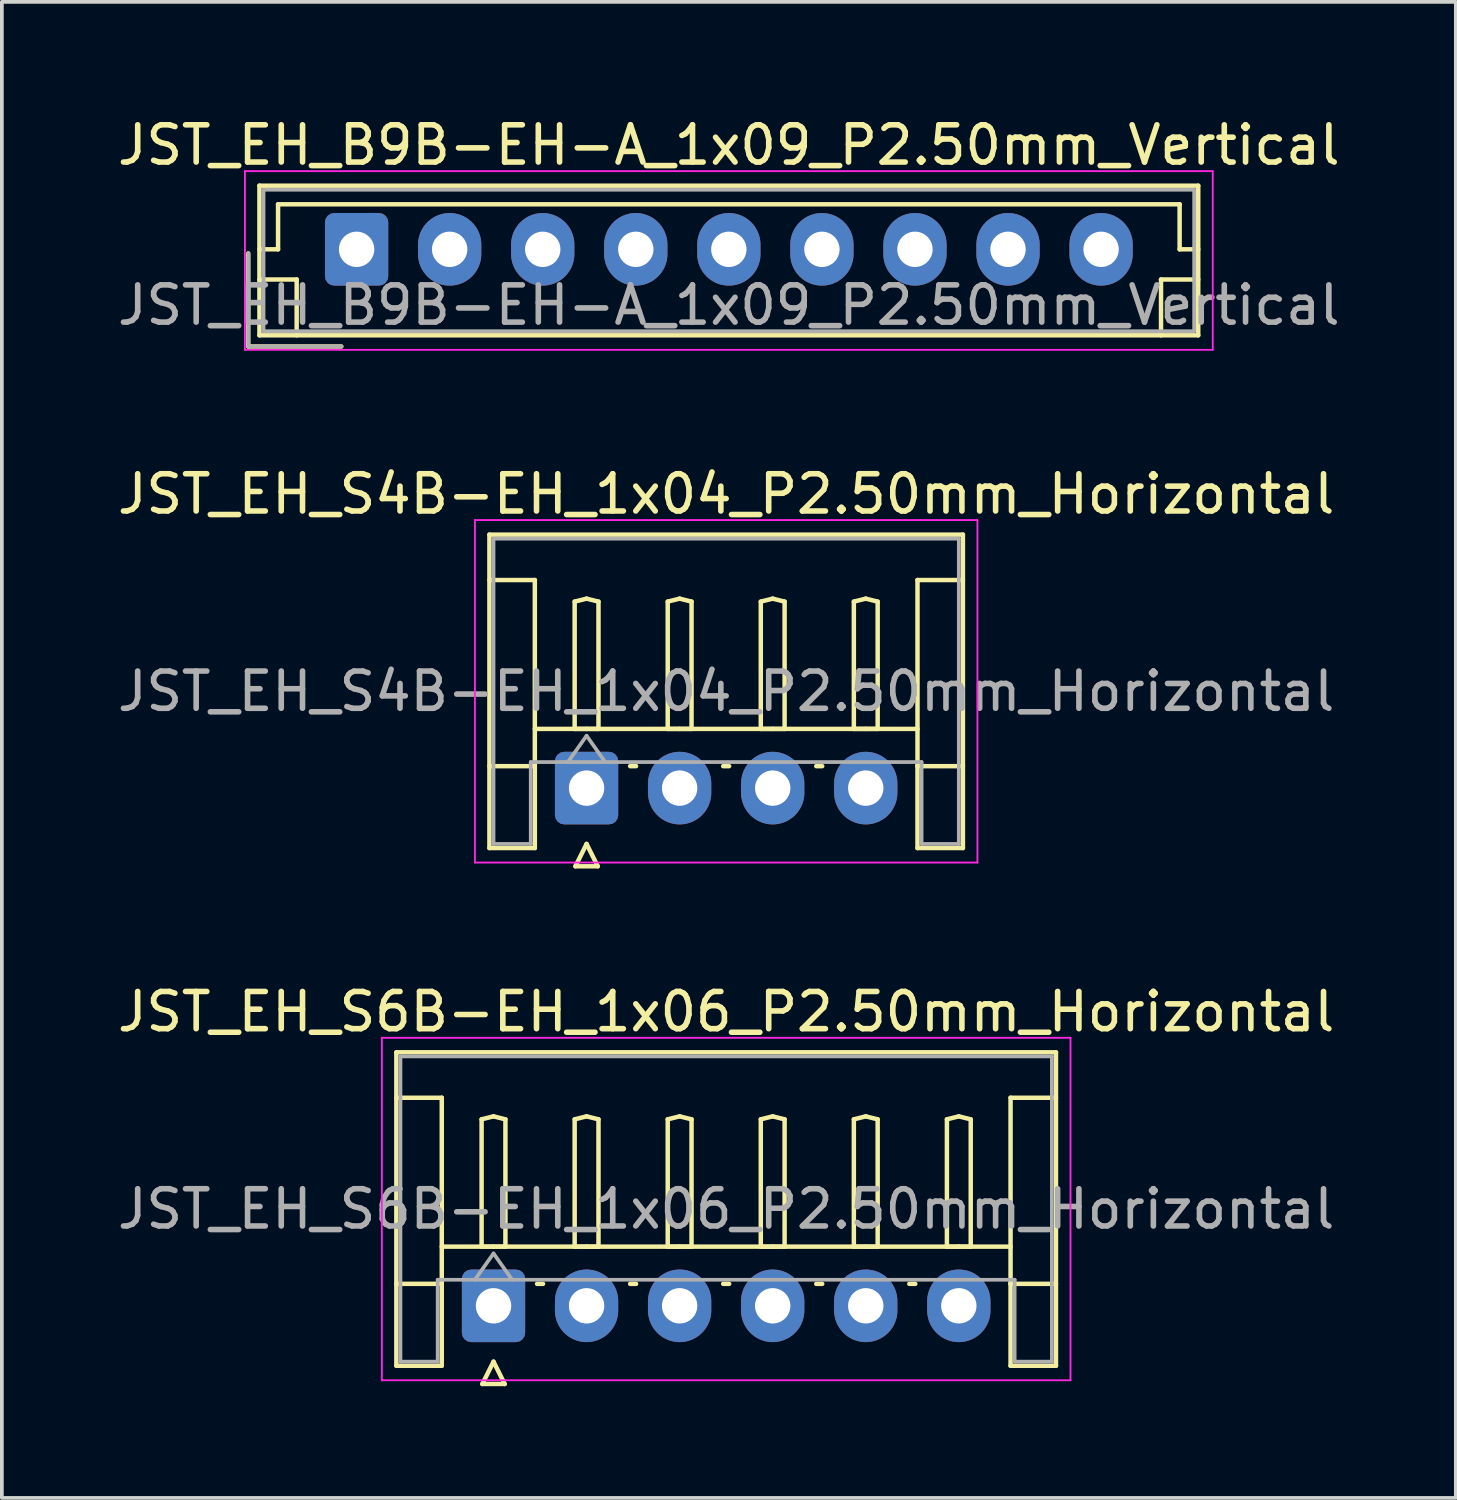
<source format=kicad_pcb>
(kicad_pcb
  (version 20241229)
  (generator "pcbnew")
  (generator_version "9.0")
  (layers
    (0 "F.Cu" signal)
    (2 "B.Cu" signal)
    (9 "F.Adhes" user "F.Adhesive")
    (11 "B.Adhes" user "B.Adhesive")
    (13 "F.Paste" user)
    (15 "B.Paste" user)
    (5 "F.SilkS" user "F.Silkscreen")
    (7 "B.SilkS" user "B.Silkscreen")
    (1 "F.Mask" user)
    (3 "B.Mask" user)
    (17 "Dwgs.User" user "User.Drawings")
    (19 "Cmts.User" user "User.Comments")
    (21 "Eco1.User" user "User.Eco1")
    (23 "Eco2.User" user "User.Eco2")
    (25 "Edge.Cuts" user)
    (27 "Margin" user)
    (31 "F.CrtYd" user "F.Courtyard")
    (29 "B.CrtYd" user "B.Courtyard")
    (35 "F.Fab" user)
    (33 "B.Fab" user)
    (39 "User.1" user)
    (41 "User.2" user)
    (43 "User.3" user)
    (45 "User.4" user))
  (footprint "JST_EH_B9B-EH-A_1x09_P2.50mm_Vertical"
    (layer "F.Cu")
    (at 6.53 3.648)
    (property "Reference" "JST_EH_B9B-EH-A_1x09_P2.50mm_Vertical" (at 10 -2.8 0) (layer "F.SilkS") (effects (font (size 1 1) (thickness 0.15))))
    (attr through_hole)
    (fp_line (start -2.91 0.11) (end -2.91 2.61) (stroke (width 0.12) (type solid)) (layer "F.SilkS"))
    (fp_line (start -2.91 2.61) (end -0.41 2.61) (stroke (width 0.12) (type solid)) (layer "F.SilkS"))
    (fp_line (start -2.61 -1.71) (end -2.61 2.31) (stroke (width 0.12) (type solid)) (layer "F.SilkS"))
    (fp_line (start -2.61 0) (end -2.11 0) (stroke (width 0.12) (type solid)) (layer "F.SilkS"))
    (fp_line (start -2.61 0.81) (end -1.61 0.81) (stroke (width 0.12) (type solid)) (layer "F.SilkS"))
    (fp_line (start -2.61 2.31) (end 22.61 2.31) (stroke (width 0.12) (type solid)) (layer "F.SilkS"))
    (fp_line (start -2.11 -1.21) (end 22.11 -1.21) (stroke (width 0.12) (type solid)) (layer "F.SilkS"))
    (fp_line (start -2.11 0) (end -2.11 -1.21) (stroke (width 0.12) (type solid)) (layer "F.SilkS"))
    (fp_line (start -1.61 0.81) (end -1.61 2.31) (stroke (width 0.12) (type solid)) (layer "F.SilkS"))
    (fp_line (start 21.61 0.81) (end 21.61 2.31) (stroke (width 0.12) (type solid)) (layer "F.SilkS"))
    (fp_line (start 22.11 -1.21) (end 22.11 0) (stroke (width 0.12) (type solid)) (layer "F.SilkS"))
    (fp_line (start 22.11 0) (end 22.61 0) (stroke (width 0.12) (type solid)) (layer "F.SilkS"))
    (fp_line (start 22.61 -1.71) (end -2.61 -1.71) (stroke (width 0.12) (type solid)) (layer "F.SilkS"))
    (fp_line (start 22.61 0.81) (end 21.61 0.81) (stroke (width 0.12) (type solid)) (layer "F.SilkS"))
    (fp_line (start 22.61 2.31) (end 22.61 -1.71) (stroke (width 0.12) (type solid)) (layer "F.SilkS"))
    (fp_line (start -3 -2.1) (end -3 2.7) (stroke (width 0.05) (type solid)) (layer "F.CrtYd"))
    (fp_line (start -3 2.7) (end 23 2.7) (stroke (width 0.05) (type solid)) (layer "F.CrtYd"))
    (fp_line (start 23 -2.1) (end -3 -2.1) (stroke (width 0.05) (type solid)) (layer "F.CrtYd"))
    (fp_line (start 23 2.7) (end 23 -2.1) (stroke (width 0.05) (type solid)) (layer "F.CrtYd"))
    (fp_line (start -2.91 0.11) (end -2.91 2.61) (stroke (width 0.1) (type solid)) (layer "F.Fab"))
    (fp_line (start -2.91 2.61) (end -0.41 2.61) (stroke (width 0.1) (type solid)) (layer "F.Fab"))
    (fp_line (start -2.5 -1.6) (end -2.5 2.2) (stroke (width 0.1) (type solid)) (layer "F.Fab"))
    (fp_line (start -2.5 2.2) (end 22.5 2.2) (stroke (width 0.1) (type solid)) (layer "F.Fab"))
    (fp_line (start 22.5 -1.6) (end -2.5 -1.6) (stroke (width 0.1) (type solid)) (layer "F.Fab"))
    (fp_line (start 22.5 2.2) (end 22.5 -1.6) (stroke (width 0.1) (type solid)) (layer "F.Fab"))
    (fp_text user "${REFERENCE}" (at 10 1.5 0) (layer "F.Fab") (effects (font (size 1 1) (thickness 0.15))))
    (pad "1" thru_hole roundrect (at 0 0) (size 1.7 1.95) (drill 0.95) (layers "*.Cu" "*.Mask") (roundrect_rratio 0.147))
    (pad "2" thru_hole oval (at 2.5 0) (size 1.7 1.95) (drill 0.95) (layers "*.Cu" "*.Mask"))
    (pad "3" thru_hole oval (at 5 0) (size 1.7 1.95) (drill 0.95) (layers "*.Cu" "*.Mask"))
    (pad "4" thru_hole oval (at 7.5 0) (size 1.7 1.95) (drill 0.95) (layers "*.Cu" "*.Mask"))
    (pad "5" thru_hole oval (at 10 0) (size 1.7 1.95) (drill 0.95) (layers "*.Cu" "*.Mask"))
    (pad "6" thru_hole oval (at 12.5 0) (size 1.7 1.95) (drill 0.95) (layers "*.Cu" "*.Mask"))
    (pad "7" thru_hole oval (at 15 0) (size 1.7 1.95) (drill 0.95) (layers "*.Cu" "*.Mask"))
    (pad "8" thru_hole oval (at 17.5 0) (size 1.7 1.95) (drill 0.95) (layers "*.Cu" "*.Mask"))
    (pad "9" thru_hole oval (at 20 0) (size 1.7 1.95) (drill 0.95) (layers "*.Cu" "*.Mask")))
  (footprint "JST_EH_S6B-EH_1x06_P2.50mm_Horizontal"
    (layer "F.Cu")
    (at 10.208 32.03)
    (property "Reference" "JST_EH_S6B-EH_1x06_P2.50mm_Horizontal" (at 6.25 -7.9 0) (layer "F.SilkS") (effects (font (size 1 1) (thickness 0.15))))
    (attr through_hole)
    (fp_line (start -2.61 -6.81) (end 15.11 -6.81) (stroke (width 0.12) (type solid)) (layer "F.SilkS"))
    (fp_line (start -2.61 -5.59) (end -1.39 -5.59) (stroke (width 0.12) (type solid)) (layer "F.SilkS"))
    (fp_line (start -2.61 1.61) (end -2.61 -6.81) (stroke (width 0.12) (type solid)) (layer "F.SilkS"))
    (fp_line (start -1.39 -5.59) (end -1.39 -0.59) (stroke (width 0.12) (type solid)) (layer "F.SilkS"))
    (fp_line (start -1.39 -1.59) (end 13.89 -1.59) (stroke (width 0.12) (type solid)) (layer "F.SilkS"))
    (fp_line (start -1.39 -0.59) (end -2.61 -0.59) (stroke (width 0.12) (type solid)) (layer "F.SilkS"))
    (fp_line (start -1.39 -0.59) (end -1.39 1.61) (stroke (width 0.12) (type solid)) (layer "F.SilkS"))
    (fp_line (start -1.39 1.61) (end -2.61 1.61) (stroke (width 0.12) (type solid)) (layer "F.SilkS"))
    (fp_line (start -0.32 -5.01) (end 0 -5.09) (stroke (width 0.12) (type solid)) (layer "F.SilkS"))
    (fp_line (start -0.32 -1.59) (end -0.32 -5.01) (stroke (width 0.12) (type solid)) (layer "F.SilkS"))
    (fp_line (start -0.3 2.1) (end 0.3 2.1) (stroke (width 0.12) (type solid)) (layer "F.SilkS"))
    (fp_line (start 0 -5.09) (end 0.32 -5.01) (stroke (width 0.12) (type solid)) (layer "F.SilkS"))
    (fp_line (start 0 -1.59) (end -0.32 -1.59) (stroke (width 0.12) (type solid)) (layer "F.SilkS"))
    (fp_line (start 0 1.5) (end -0.3 2.1) (stroke (width 0.12) (type solid)) (layer "F.SilkS"))
    (fp_line (start 0.3 2.1) (end 0 1.5) (stroke (width 0.12) (type solid)) (layer "F.SilkS"))
    (fp_line (start 0.32 -5.01) (end 0.32 -1.59) (stroke (width 0.12) (type solid)) (layer "F.SilkS"))
    (fp_line (start 0.32 -1.59) (end 0 -1.59) (stroke (width 0.12) (type solid)) (layer "F.SilkS"))
    (fp_line (start 1.17 -0.59) (end 1.33 -0.59) (stroke (width 0.12) (type solid)) (layer "F.SilkS"))
    (fp_line (start 2.18 -5.01) (end 2.5 -5.09) (stroke (width 0.12) (type solid)) (layer "F.SilkS"))
    (fp_line (start 2.18 -1.59) (end 2.18 -5.01) (stroke (width 0.12) (type solid)) (layer "F.SilkS"))
    (fp_line (start 2.5 -5.09) (end 2.82 -5.01) (stroke (width 0.12) (type solid)) (layer "F.SilkS"))
    (fp_line (start 2.5 -1.59) (end 2.18 -1.59) (stroke (width 0.12) (type solid)) (layer "F.SilkS"))
    (fp_line (start 2.82 -5.01) (end 2.82 -1.59) (stroke (width 0.12) (type solid)) (layer "F.SilkS"))
    (fp_line (start 2.82 -1.59) (end 2.5 -1.59) (stroke (width 0.12) (type solid)) (layer "F.SilkS"))
    (fp_line (start 3.67 -0.59) (end 3.83 -0.59) (stroke (width 0.12) (type solid)) (layer "F.SilkS"))
    (fp_line (start 4.68 -5.01) (end 5 -5.09) (stroke (width 0.12) (type solid)) (layer "F.SilkS"))
    (fp_line (start 4.68 -1.59) (end 4.68 -5.01) (stroke (width 0.12) (type solid)) (layer "F.SilkS"))
    (fp_line (start 5 -5.09) (end 5.32 -5.01) (stroke (width 0.12) (type solid)) (layer "F.SilkS"))
    (fp_line (start 5 -1.59) (end 4.68 -1.59) (stroke (width 0.12) (type solid)) (layer "F.SilkS"))
    (fp_line (start 5.32 -5.01) (end 5.32 -1.59) (stroke (width 0.12) (type solid)) (layer "F.SilkS"))
    (fp_line (start 5.32 -1.59) (end 5 -1.59) (stroke (width 0.12) (type solid)) (layer "F.SilkS"))
    (fp_line (start 6.17 -0.59) (end 6.33 -0.59) (stroke (width 0.12) (type solid)) (layer "F.SilkS"))
    (fp_line (start 7.18 -5.01) (end 7.5 -5.09) (stroke (width 0.12) (type solid)) (layer "F.SilkS"))
    (fp_line (start 7.18 -1.59) (end 7.18 -5.01) (stroke (width 0.12) (type solid)) (layer "F.SilkS"))
    (fp_line (start 7.5 -5.09) (end 7.82 -5.01) (stroke (width 0.12) (type solid)) (layer "F.SilkS"))
    (fp_line (start 7.5 -1.59) (end 7.18 -1.59) (stroke (width 0.12) (type solid)) (layer "F.SilkS"))
    (fp_line (start 7.82 -5.01) (end 7.82 -1.59) (stroke (width 0.12) (type solid)) (layer "F.SilkS"))
    (fp_line (start 7.82 -1.59) (end 7.5 -1.59) (stroke (width 0.12) (type solid)) (layer "F.SilkS"))
    (fp_line (start 8.67 -0.59) (end 8.83 -0.59) (stroke (width 0.12) (type solid)) (layer "F.SilkS"))
    (fp_line (start 9.68 -5.01) (end 10 -5.09) (stroke (width 0.12) (type solid)) (layer "F.SilkS"))
    (fp_line (start 9.68 -1.59) (end 9.68 -5.01) (stroke (width 0.12) (type solid)) (layer "F.SilkS"))
    (fp_line (start 10 -5.09) (end 10.32 -5.01) (stroke (width 0.12) (type solid)) (layer "F.SilkS"))
    (fp_line (start 10 -1.59) (end 9.68 -1.59) (stroke (width 0.12) (type solid)) (layer "F.SilkS"))
    (fp_line (start 10.32 -5.01) (end 10.32 -1.59) (stroke (width 0.12) (type solid)) (layer "F.SilkS"))
    (fp_line (start 10.32 -1.59) (end 10 -1.59) (stroke (width 0.12) (type solid)) (layer "F.SilkS"))
    (fp_line (start 11.17 -0.59) (end 11.33 -0.59) (stroke (width 0.12) (type solid)) (layer "F.SilkS"))
    (fp_line (start 12.18 -5.01) (end 12.5 -5.09) (stroke (width 0.12) (type solid)) (layer "F.SilkS"))
    (fp_line (start 12.18 -1.59) (end 12.18 -5.01) (stroke (width 0.12) (type solid)) (layer "F.SilkS"))
    (fp_line (start 12.5 -5.09) (end 12.82 -5.01) (stroke (width 0.12) (type solid)) (layer "F.SilkS"))
    (fp_line (start 12.5 -1.59) (end 12.18 -1.59) (stroke (width 0.12) (type solid)) (layer "F.SilkS"))
    (fp_line (start 12.82 -5.01) (end 12.82 -1.59) (stroke (width 0.12) (type solid)) (layer "F.SilkS"))
    (fp_line (start 12.82 -1.59) (end 12.5 -1.59) (stroke (width 0.12) (type solid)) (layer "F.SilkS"))
    (fp_line (start 13.89 -5.59) (end 13.89 -0.59) (stroke (width 0.12) (type solid)) (layer "F.SilkS"))
    (fp_line (start 13.89 -0.59) (end 15.11 -0.59) (stroke (width 0.12) (type solid)) (layer "F.SilkS"))
    (fp_line (start 13.89 1.61) (end 13.89 -0.59) (stroke (width 0.12) (type solid)) (layer "F.SilkS"))
    (fp_line (start 15.11 -6.81) (end 15.11 1.61) (stroke (width 0.12) (type solid)) (layer "F.SilkS"))
    (fp_line (start 15.11 -5.59) (end 13.89 -5.59) (stroke (width 0.12) (type solid)) (layer "F.SilkS"))
    (fp_line (start 15.11 1.61) (end 13.89 1.61) (stroke (width 0.12) (type solid)) (layer "F.SilkS"))
    (fp_line (start -3 -7.2) (end -3 2) (stroke (width 0.05) (type solid)) (layer "F.CrtYd"))
    (fp_line (start -3 2) (end 15.5 2) (stroke (width 0.05) (type solid)) (layer "F.CrtYd"))
    (fp_line (start 15.5 -7.2) (end -3 -7.2) (stroke (width 0.05) (type solid)) (layer "F.CrtYd"))
    (fp_line (start 15.5 2) (end 15.5 -7.2) (stroke (width 0.05) (type solid)) (layer "F.CrtYd"))
    (fp_line (start -2.5 -6.7) (end 15 -6.7) (stroke (width 0.1) (type solid)) (layer "F.Fab"))
    (fp_line (start -2.5 1.5) (end -2.5 -6.7) (stroke (width 0.1) (type solid)) (layer "F.Fab"))
    (fp_line (start -1.5 -0.7) (end -1.5 1.5) (stroke (width 0.1) (type solid)) (layer "F.Fab"))
    (fp_line (start -1.5 1.5) (end -2.5 1.5) (stroke (width 0.1) (type solid)) (layer "F.Fab"))
    (fp_line (start -0.5 -0.7) (end 0 -1.407) (stroke (width 0.1) (type solid)) (layer "F.Fab"))
    (fp_line (start 0 -1.407) (end 0.5 -0.7) (stroke (width 0.1) (type solid)) (layer "F.Fab"))
    (fp_line (start 14 -0.7) (end -1.5 -0.7) (stroke (width 0.1) (type solid)) (layer "F.Fab"))
    (fp_line (start 14 1.5) (end 14 -0.7) (stroke (width 0.1) (type solid)) (layer "F.Fab"))
    (fp_line (start 15 -6.7) (end 15 1.5) (stroke (width 0.1) (type solid)) (layer "F.Fab"))
    (fp_line (start 15 1.5) (end 14 1.5) (stroke (width 0.1) (type solid)) (layer "F.Fab"))
    (fp_text user "${REFERENCE}" (at 6.25 -2.6 0) (layer "F.Fab") (effects (font (size 1 1) (thickness 0.15))))
    (pad "1" thru_hole roundrect (at 0 0) (size 1.7 1.95) (drill 0.95) (layers "*.Cu" "*.Mask") (roundrect_rratio 0.147))
    (pad "2" thru_hole oval (at 2.5 0) (size 1.7 1.95) (drill 0.95) (layers "*.Cu" "*.Mask"))
    (pad "3" thru_hole oval (at 5 0) (size 1.7 1.95) (drill 0.95) (layers "*.Cu" "*.Mask"))
    (pad "4" thru_hole oval (at 7.5 0) (size 1.7 1.95) (drill 0.95) (layers "*.Cu" "*.Mask"))
    (pad "5" thru_hole oval (at 10 0) (size 1.7 1.95) (drill 0.95) (layers "*.Cu" "*.Mask"))
    (pad "6" thru_hole oval (at 12.5 0) (size 1.7 1.95) (drill 0.95) (layers "*.Cu" "*.Mask")))
  (footprint "JST_EH_S4B-EH_1x04_P2.50mm_Horizontal"
    (layer "F.Cu")
    (at 12.708 18.122)
    (property "Reference" "JST_EH_S4B-EH_1x04_P2.50mm_Horizontal" (at 3.75 -7.9 0) (layer "F.SilkS") (effects (font (size 1 1) (thickness 0.15))))
    (attr through_hole)
    (fp_line (start -2.61 -6.81) (end 10.11 -6.81) (stroke (width 0.12) (type solid)) (layer "F.SilkS"))
    (fp_line (start -2.61 -5.59) (end -1.39 -5.59) (stroke (width 0.12) (type solid)) (layer "F.SilkS"))
    (fp_line (start -2.61 1.61) (end -2.61 -6.81) (stroke (width 0.12) (type solid)) (layer "F.SilkS"))
    (fp_line (start -1.39 -5.59) (end -1.39 -0.59) (stroke (width 0.12) (type solid)) (layer "F.SilkS"))
    (fp_line (start -1.39 -1.59) (end 8.89 -1.59) (stroke (width 0.12) (type solid)) (layer "F.SilkS"))
    (fp_line (start -1.39 -0.59) (end -2.61 -0.59) (stroke (width 0.12) (type solid)) (layer "F.SilkS"))
    (fp_line (start -1.39 -0.59) (end -1.39 1.61) (stroke (width 0.12) (type solid)) (layer "F.SilkS"))
    (fp_line (start -1.39 1.61) (end -2.61 1.61) (stroke (width 0.12) (type solid)) (layer "F.SilkS"))
    (fp_line (start -0.32 -5.01) (end 0 -5.09) (stroke (width 0.12) (type solid)) (layer "F.SilkS"))
    (fp_line (start -0.32 -1.59) (end -0.32 -5.01) (stroke (width 0.12) (type solid)) (layer "F.SilkS"))
    (fp_line (start -0.3 2.1) (end 0.3 2.1) (stroke (width 0.12) (type solid)) (layer "F.SilkS"))
    (fp_line (start 0 -5.09) (end 0.32 -5.01) (stroke (width 0.12) (type solid)) (layer "F.SilkS"))
    (fp_line (start 0 -1.59) (end -0.32 -1.59) (stroke (width 0.12) (type solid)) (layer "F.SilkS"))
    (fp_line (start 0 1.5) (end -0.3 2.1) (stroke (width 0.12) (type solid)) (layer "F.SilkS"))
    (fp_line (start 0.3 2.1) (end 0 1.5) (stroke (width 0.12) (type solid)) (layer "F.SilkS"))
    (fp_line (start 0.32 -5.01) (end 0.32 -1.59) (stroke (width 0.12) (type solid)) (layer "F.SilkS"))
    (fp_line (start 0.32 -1.59) (end 0 -1.59) (stroke (width 0.12) (type solid)) (layer "F.SilkS"))
    (fp_line (start 1.17 -0.59) (end 1.33 -0.59) (stroke (width 0.12) (type solid)) (layer "F.SilkS"))
    (fp_line (start 2.18 -5.01) (end 2.5 -5.09) (stroke (width 0.12) (type solid)) (layer "F.SilkS"))
    (fp_line (start 2.18 -1.59) (end 2.18 -5.01) (stroke (width 0.12) (type solid)) (layer "F.SilkS"))
    (fp_line (start 2.5 -5.09) (end 2.82 -5.01) (stroke (width 0.12) (type solid)) (layer "F.SilkS"))
    (fp_line (start 2.5 -1.59) (end 2.18 -1.59) (stroke (width 0.12) (type solid)) (layer "F.SilkS"))
    (fp_line (start 2.82 -5.01) (end 2.82 -1.59) (stroke (width 0.12) (type solid)) (layer "F.SilkS"))
    (fp_line (start 2.82 -1.59) (end 2.5 -1.59) (stroke (width 0.12) (type solid)) (layer "F.SilkS"))
    (fp_line (start 3.67 -0.59) (end 3.83 -0.59) (stroke (width 0.12) (type solid)) (layer "F.SilkS"))
    (fp_line (start 4.68 -5.01) (end 5 -5.09) (stroke (width 0.12) (type solid)) (layer "F.SilkS"))
    (fp_line (start 4.68 -1.59) (end 4.68 -5.01) (stroke (width 0.12) (type solid)) (layer "F.SilkS"))
    (fp_line (start 5 -5.09) (end 5.32 -5.01) (stroke (width 0.12) (type solid)) (layer "F.SilkS"))
    (fp_line (start 5 -1.59) (end 4.68 -1.59) (stroke (width 0.12) (type solid)) (layer "F.SilkS"))
    (fp_line (start 5.32 -5.01) (end 5.32 -1.59) (stroke (width 0.12) (type solid)) (layer "F.SilkS"))
    (fp_line (start 5.32 -1.59) (end 5 -1.59) (stroke (width 0.12) (type solid)) (layer "F.SilkS"))
    (fp_line (start 6.17 -0.59) (end 6.33 -0.59) (stroke (width 0.12) (type solid)) (layer "F.SilkS"))
    (fp_line (start 7.18 -5.01) (end 7.5 -5.09) (stroke (width 0.12) (type solid)) (layer "F.SilkS"))
    (fp_line (start 7.18 -1.59) (end 7.18 -5.01) (stroke (width 0.12) (type solid)) (layer "F.SilkS"))
    (fp_line (start 7.5 -5.09) (end 7.82 -5.01) (stroke (width 0.12) (type solid)) (layer "F.SilkS"))
    (fp_line (start 7.5 -1.59) (end 7.18 -1.59) (stroke (width 0.12) (type solid)) (layer "F.SilkS"))
    (fp_line (start 7.82 -5.01) (end 7.82 -1.59) (stroke (width 0.12) (type solid)) (layer "F.SilkS"))
    (fp_line (start 7.82 -1.59) (end 7.5 -1.59) (stroke (width 0.12) (type solid)) (layer "F.SilkS"))
    (fp_line (start 8.89 -5.59) (end 8.89 -0.59) (stroke (width 0.12) (type solid)) (layer "F.SilkS"))
    (fp_line (start 8.89 -0.59) (end 10.11 -0.59) (stroke (width 0.12) (type solid)) (layer "F.SilkS"))
    (fp_line (start 8.89 1.61) (end 8.89 -0.59) (stroke (width 0.12) (type solid)) (layer "F.SilkS"))
    (fp_line (start 10.11 -6.81) (end 10.11 1.61) (stroke (width 0.12) (type solid)) (layer "F.SilkS"))
    (fp_line (start 10.11 -5.59) (end 8.89 -5.59) (stroke (width 0.12) (type solid)) (layer "F.SilkS"))
    (fp_line (start 10.11 1.61) (end 8.89 1.61) (stroke (width 0.12) (type solid)) (layer "F.SilkS"))
    (fp_line (start -3 -7.2) (end -3 2) (stroke (width 0.05) (type solid)) (layer "F.CrtYd"))
    (fp_line (start -3 2) (end 10.5 2) (stroke (width 0.05) (type solid)) (layer "F.CrtYd"))
    (fp_line (start 10.5 -7.2) (end -3 -7.2) (stroke (width 0.05) (type solid)) (layer "F.CrtYd"))
    (fp_line (start 10.5 2) (end 10.5 -7.2) (stroke (width 0.05) (type solid)) (layer "F.CrtYd"))
    (fp_line (start -2.5 -6.7) (end 10 -6.7) (stroke (width 0.1) (type solid)) (layer "F.Fab"))
    (fp_line (start -2.5 1.5) (end -2.5 -6.7) (stroke (width 0.1) (type solid)) (layer "F.Fab"))
    (fp_line (start -1.5 -0.7) (end -1.5 1.5) (stroke (width 0.1) (type solid)) (layer "F.Fab"))
    (fp_line (start -1.5 1.5) (end -2.5 1.5) (stroke (width 0.1) (type solid)) (layer "F.Fab"))
    (fp_line (start -0.5 -0.7) (end 0 -1.407) (stroke (width 0.1) (type solid)) (layer "F.Fab"))
    (fp_line (start 0 -1.407) (end 0.5 -0.7) (stroke (width 0.1) (type solid)) (layer "F.Fab"))
    (fp_line (start 9 -0.7) (end -1.5 -0.7) (stroke (width 0.1) (type solid)) (layer "F.Fab"))
    (fp_line (start 9 1.5) (end 9 -0.7) (stroke (width 0.1) (type solid)) (layer "F.Fab"))
    (fp_line (start 10 -6.7) (end 10 1.5) (stroke (width 0.1) (type solid)) (layer "F.Fab"))
    (fp_line (start 10 1.5) (end 9 1.5) (stroke (width 0.1) (type solid)) (layer "F.Fab"))
    (fp_text user "${REFERENCE}" (at 3.75 -2.6 0) (layer "F.Fab") (effects (font (size 1 1) (thickness 0.15))))
    (pad "1" thru_hole roundrect (at 0 0) (size 1.7 1.95) (drill 0.95) (layers "*.Cu" "*.Mask") (roundrect_rratio 0.147))
    (pad "2" thru_hole oval (at 2.5 0) (size 1.7 1.95) (drill 0.95) (layers "*.Cu" "*.Mask"))
    (pad "3" thru_hole oval (at 5 0) (size 1.7 1.95) (drill 0.95) (layers "*.Cu" "*.Mask"))
    (pad "4" thru_hole oval (at 7.5 0) (size 1.7 1.95) (drill 0.95) (layers "*.Cu" "*.Mask")))
  (gr_rect
    (start -3 -3)
    (end 36.06 37.19)
    (stroke (width 0.1) (type default))
    (fill no)
    (layer "Edge.Cuts")))
</source>
